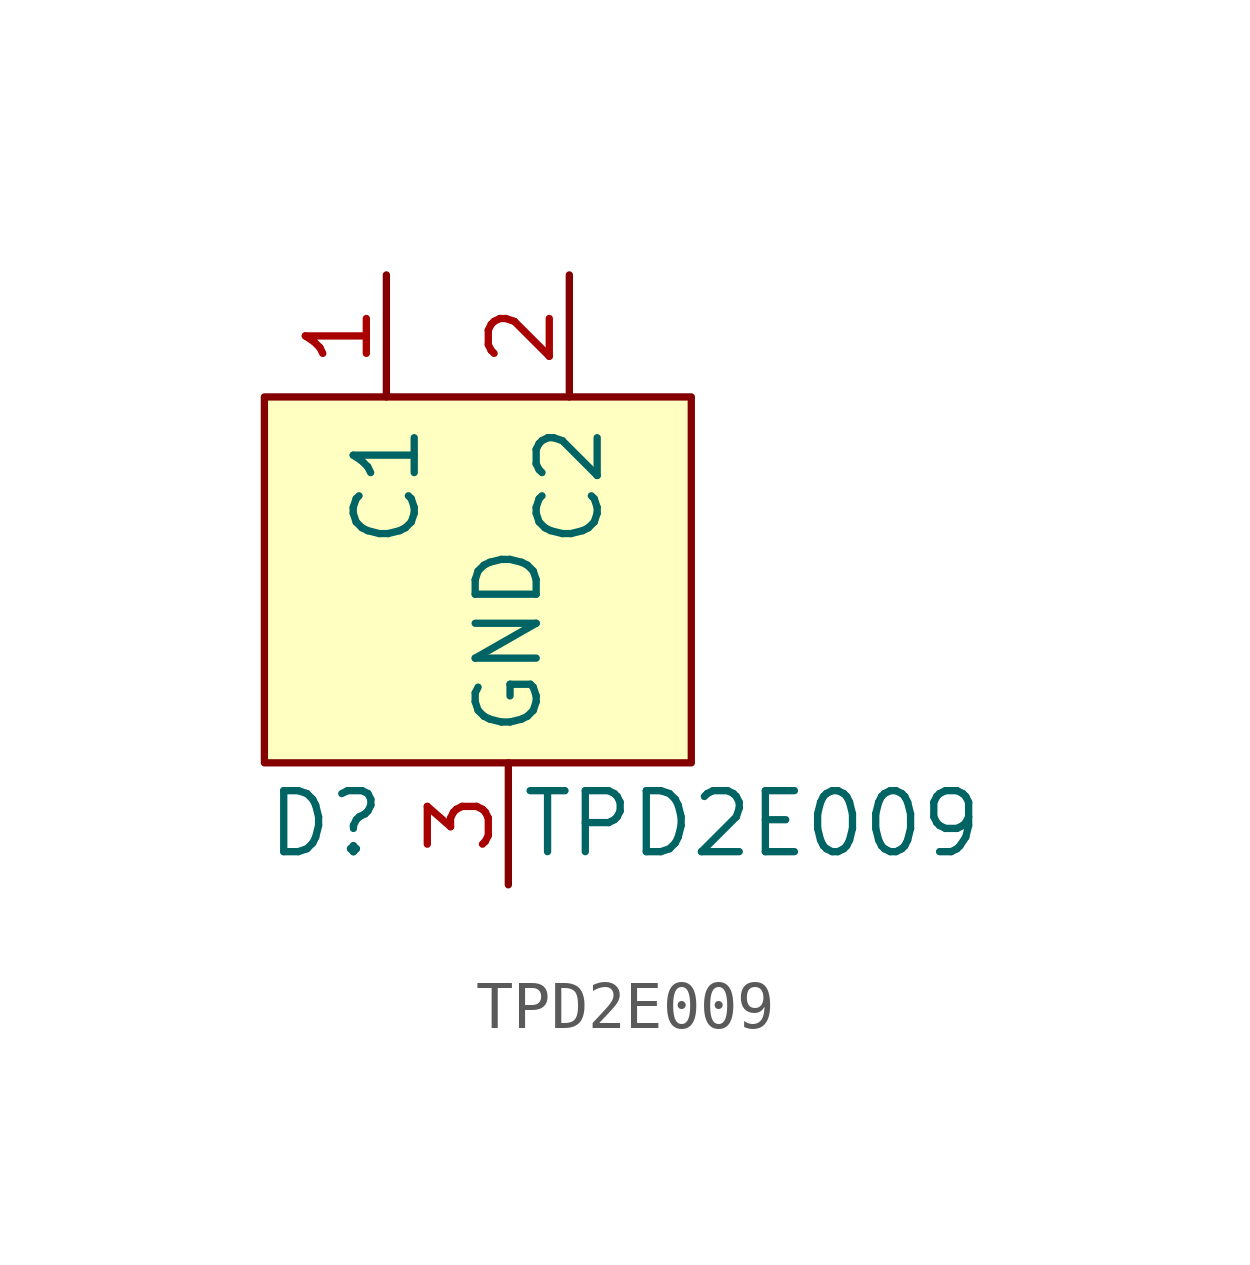
<source format=kicad_sym>
(kicad_symbol_lib
  (version 20211014)
  (generator kicad_symbol_editor)
  (symbol "TPD2E009"
    (property "Reference" "D"
      (at 0 -8.89 0)
      (effects (font (size 1.27 1.27)) (justify left)))
    (property "Value" "TPD2E009"
      (at 10.16 -8.89 0)
      (effects (font (size 1.27 1.27))))
    (symbol "TPD2E009_0_1"
      (rectangle (start 0 0) (end 8.89 -7.62) (stroke (width 0) (type default) (color 0 0 0 0)) (fill (type background))))
    (symbol "TPD2E009_1_1"
      (pin input line (at 2.54 2.54 270) (length 2.54) (name "C1" (effects (font (size 1.27 1.27)))) (number "1" (effects (font (size 1.27 1.27)))))
      (pin input line (at 6.35 2.54 270) (length 2.54) (name "C2" (effects (font (size 1.27 1.27)))) (number "2" (effects (font (size 1.27 1.27)))))
      (pin power_in line (at 5.08 -10.16 90) (length 2.54) (name "GND" (effects (font (size 1.27 1.27)))) (number "3" (effects (font (size 1.27 1.27))))))))
</source>
